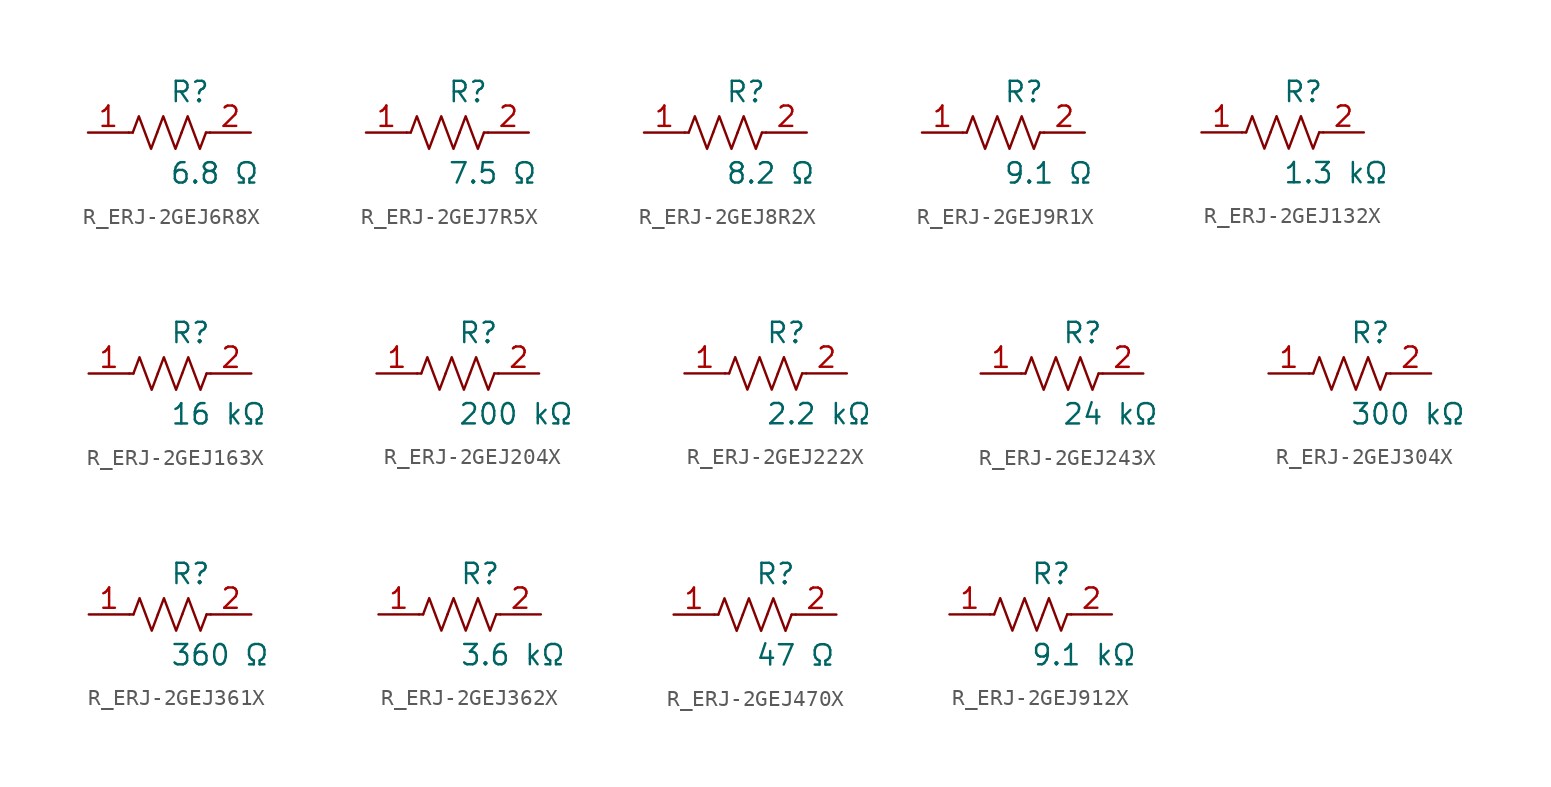
<source format=kicad_sym>
(kicad_symbol_lib
  (version 20231120)
  (generator kicad_symbol_editor)
  (generator_version 8.0)
  (symbol "R_ERJ-2GEJ6R8X"
    (pin_names
      (offset 0.254))
    (property "Reference" "R"
      (at 0.0 2.54 0)
      (effects (font (size 1.27 1.27)) (justify left)))
    (property "Value" "6.8 Ω"
      (at 0.0 -2.54 0)
      (effects (font (size 1.27 1.27)) (justify left)))
    (symbol "R_ERJ-2GEJ6R8X_0_1"
      (polyline (pts (xy 2.286 0) (xy 2.54 0)) (stroke (width 0) (type default)) (fill (type none)))
      (polyline (pts (xy -2.286 0) (xy -2.54 0)) (stroke (width 0) (type default)) (fill (type none)))
      (polyline (pts (xy 0.762 0) (xy 1.143 1.016) (xy 1.524 0) (xy 1.905 -1.016) (xy 2.286 0)) (stroke (width 0) (type default)) (fill (type none)))
      (polyline (pts (xy -0.762 0) (xy -0.381 1.016) (xy 0 0) (xy 0.381 -1.016) (xy 0.762 0)) (stroke (width 0) (type default)) (fill (type none)))
      (polyline (pts (xy -2.286 0) (xy -1.905 1.016) (xy -1.524 0) (xy -1.143 -1.016) (xy -0.762 0)) (stroke (width 0) (type default)) (fill (type none))))
    (pin unspecified line
      (at -5.08 0 0)
      (length 2.54)
      (name "" (effects (font (size 1.27 1.27))))
      (number "1" (effects (font (size 1.27 1.27)))))
    (pin unspecified line
      (at 5.08 0 180)
      (length 2.54)
      (name "" (effects (font (size 1.27 1.27))))
      (number "2" (effects (font (size 1.27 1.27))))))
  (symbol "R_ERJ-2GEJ7R5X"
    (pin_names
      (offset 0.254))
    (property "Reference" "R"
      (at 0.0 2.54 0)
      (effects (font (size 1.27 1.27)) (justify left)))
    (property "Value" "7.5 Ω"
      (at 0.0 -2.54 0)
      (effects (font (size 1.27 1.27)) (justify left)))
    (symbol "R_ERJ-2GEJ7R5X_0_1"
      (polyline (pts (xy 2.286 0) (xy 2.54 0)) (stroke (width 0) (type default)) (fill (type none)))
      (polyline (pts (xy -2.286 0) (xy -2.54 0)) (stroke (width 0) (type default)) (fill (type none)))
      (polyline (pts (xy 0.762 0) (xy 1.143 1.016) (xy 1.524 0) (xy 1.905 -1.016) (xy 2.286 0)) (stroke (width 0) (type default)) (fill (type none)))
      (polyline (pts (xy -0.762 0) (xy -0.381 1.016) (xy 0 0) (xy 0.381 -1.016) (xy 0.762 0)) (stroke (width 0) (type default)) (fill (type none)))
      (polyline (pts (xy -2.286 0) (xy -1.905 1.016) (xy -1.524 0) (xy -1.143 -1.016) (xy -0.762 0)) (stroke (width 0) (type default)) (fill (type none))))
    (pin unspecified line
      (at -5.08 0 0)
      (length 2.54)
      (name "" (effects (font (size 1.27 1.27))))
      (number "1" (effects (font (size 1.27 1.27)))))
    (pin unspecified line
      (at 5.08 0 180)
      (length 2.54)
      (name "" (effects (font (size 1.27 1.27))))
      (number "2" (effects (font (size 1.27 1.27))))))
  (symbol "R_ERJ-2GEJ8R2X"
    (pin_names
      (offset 0.254))
    (property "Reference" "R"
      (at 0.0 2.54 0)
      (effects (font (size 1.27 1.27)) (justify left)))
    (property "Value" "8.2 Ω"
      (at 0.0 -2.54 0)
      (effects (font (size 1.27 1.27)) (justify left)))
    (symbol "R_ERJ-2GEJ8R2X_0_1"
      (polyline (pts (xy 2.286 0) (xy 2.54 0)) (stroke (width 0) (type default)) (fill (type none)))
      (polyline (pts (xy -2.286 0) (xy -2.54 0)) (stroke (width 0) (type default)) (fill (type none)))
      (polyline (pts (xy 0.762 0) (xy 1.143 1.016) (xy 1.524 0) (xy 1.905 -1.016) (xy 2.286 0)) (stroke (width 0) (type default)) (fill (type none)))
      (polyline (pts (xy -0.762 0) (xy -0.381 1.016) (xy 0 0) (xy 0.381 -1.016) (xy 0.762 0)) (stroke (width 0) (type default)) (fill (type none)))
      (polyline (pts (xy -2.286 0) (xy -1.905 1.016) (xy -1.524 0) (xy -1.143 -1.016) (xy -0.762 0)) (stroke (width 0) (type default)) (fill (type none))))
    (pin unspecified line
      (at -5.08 0 0)
      (length 2.54)
      (name "" (effects (font (size 1.27 1.27))))
      (number "1" (effects (font (size 1.27 1.27)))))
    (pin unspecified line
      (at 5.08 0 180)
      (length 2.54)
      (name "" (effects (font (size 1.27 1.27))))
      (number "2" (effects (font (size 1.27 1.27))))))
  (symbol "R_ERJ-2GEJ9R1X"
    (pin_names
      (offset 0.254))
    (property "Reference" "R"
      (at 0.0 2.54 0)
      (effects (font (size 1.27 1.27)) (justify left)))
    (property "Value" "9.1 Ω"
      (at 0.0 -2.54 0)
      (effects (font (size 1.27 1.27)) (justify left)))
    (symbol "R_ERJ-2GEJ9R1X_0_1"
      (polyline (pts (xy 2.286 0) (xy 2.54 0)) (stroke (width 0) (type default)) (fill (type none)))
      (polyline (pts (xy -2.286 0) (xy -2.54 0)) (stroke (width 0) (type default)) (fill (type none)))
      (polyline (pts (xy 0.762 0) (xy 1.143 1.016) (xy 1.524 0) (xy 1.905 -1.016) (xy 2.286 0)) (stroke (width 0) (type default)) (fill (type none)))
      (polyline (pts (xy -0.762 0) (xy -0.381 1.016) (xy 0 0) (xy 0.381 -1.016) (xy 0.762 0)) (stroke (width 0) (type default)) (fill (type none)))
      (polyline (pts (xy -2.286 0) (xy -1.905 1.016) (xy -1.524 0) (xy -1.143 -1.016) (xy -0.762 0)) (stroke (width 0) (type default)) (fill (type none))))
    (pin unspecified line
      (at -5.08 0 0)
      (length 2.54)
      (name "" (effects (font (size 1.27 1.27))))
      (number "1" (effects (font (size 1.27 1.27)))))
    (pin unspecified line
      (at 5.08 0 180)
      (length 2.54)
      (name "" (effects (font (size 1.27 1.27))))
      (number "2" (effects (font (size 1.27 1.27))))))
  (symbol "R_ERJ-2GEJ132X"
    (pin_names
      (offset 0.254))
    (property "Reference" "R"
      (at 0.0 2.54 0)
      (effects (font (size 1.27 1.27)) (justify left)))
    (property "Value" "1.3 kΩ"
      (at 0.0 -2.54 0)
      (effects (font (size 1.27 1.27)) (justify left)))
    (symbol "R_ERJ-2GEJ132X_0_1"
      (polyline (pts (xy 2.286 0) (xy 2.54 0)) (stroke (width 0) (type default)) (fill (type none)))
      (polyline (pts (xy -2.286 0) (xy -2.54 0)) (stroke (width 0) (type default)) (fill (type none)))
      (polyline (pts (xy 0.762 0) (xy 1.143 1.016) (xy 1.524 0) (xy 1.905 -1.016) (xy 2.286 0)) (stroke (width 0) (type default)) (fill (type none)))
      (polyline (pts (xy -0.762 0) (xy -0.381 1.016) (xy 0 0) (xy 0.381 -1.016) (xy 0.762 0)) (stroke (width 0) (type default)) (fill (type none)))
      (polyline (pts (xy -2.286 0) (xy -1.905 1.016) (xy -1.524 0) (xy -1.143 -1.016) (xy -0.762 0)) (stroke (width 0) (type default)) (fill (type none))))
    (pin unspecified line
      (at -5.08 0 0)
      (length 2.54)
      (name "" (effects (font (size 1.27 1.27))))
      (number "1" (effects (font (size 1.27 1.27)))))
    (pin unspecified line
      (at 5.08 0 180)
      (length 2.54)
      (name "" (effects (font (size 1.27 1.27))))
      (number "2" (effects (font (size 1.27 1.27))))))
  (symbol "R_ERJ-2GEJ163X"
    (pin_names
      (offset 0.254))
    (property "Reference" "R"
      (at 0.0 2.54 0)
      (effects (font (size 1.27 1.27)) (justify left)))
    (property "Value" "16 kΩ"
      (at 0.0 -2.54 0)
      (effects (font (size 1.27 1.27)) (justify left)))
    (symbol "R_ERJ-2GEJ163X_0_1"
      (polyline (pts (xy 2.286 0) (xy 2.54 0)) (stroke (width 0) (type default)) (fill (type none)))
      (polyline (pts (xy -2.286 0) (xy -2.54 0)) (stroke (width 0) (type default)) (fill (type none)))
      (polyline (pts (xy 0.762 0) (xy 1.143 1.016) (xy 1.524 0) (xy 1.905 -1.016) (xy 2.286 0)) (stroke (width 0) (type default)) (fill (type none)))
      (polyline (pts (xy -0.762 0) (xy -0.381 1.016) (xy 0 0) (xy 0.381 -1.016) (xy 0.762 0)) (stroke (width 0) (type default)) (fill (type none)))
      (polyline (pts (xy -2.286 0) (xy -1.905 1.016) (xy -1.524 0) (xy -1.143 -1.016) (xy -0.762 0)) (stroke (width 0) (type default)) (fill (type none))))
    (pin unspecified line
      (at -5.08 0 0)
      (length 2.54)
      (name "" (effects (font (size 1.27 1.27))))
      (number "1" (effects (font (size 1.27 1.27)))))
    (pin unspecified line
      (at 5.08 0 180)
      (length 2.54)
      (name "" (effects (font (size 1.27 1.27))))
      (number "2" (effects (font (size 1.27 1.27))))))
  (symbol "R_ERJ-2GEJ204X"
    (pin_names
      (offset 0.254))
    (property "Reference" "R"
      (at 0.0 2.54 0)
      (effects (font (size 1.27 1.27)) (justify left)))
    (property "Value" "200 kΩ"
      (at 0.0 -2.54 0)
      (effects (font (size 1.27 1.27)) (justify left)))
    (symbol "R_ERJ-2GEJ204X_0_1"
      (polyline (pts (xy 2.286 0) (xy 2.54 0)) (stroke (width 0) (type default)) (fill (type none)))
      (polyline (pts (xy -2.286 0) (xy -2.54 0)) (stroke (width 0) (type default)) (fill (type none)))
      (polyline (pts (xy 0.762 0) (xy 1.143 1.016) (xy 1.524 0) (xy 1.905 -1.016) (xy 2.286 0)) (stroke (width 0) (type default)) (fill (type none)))
      (polyline (pts (xy -0.762 0) (xy -0.381 1.016) (xy 0 0) (xy 0.381 -1.016) (xy 0.762 0)) (stroke (width 0) (type default)) (fill (type none)))
      (polyline (pts (xy -2.286 0) (xy -1.905 1.016) (xy -1.524 0) (xy -1.143 -1.016) (xy -0.762 0)) (stroke (width 0) (type default)) (fill (type none))))
    (pin unspecified line
      (at -5.08 0 0)
      (length 2.54)
      (name "" (effects (font (size 1.27 1.27))))
      (number "1" (effects (font (size 1.27 1.27)))))
    (pin unspecified line
      (at 5.08 0 180)
      (length 2.54)
      (name "" (effects (font (size 1.27 1.27))))
      (number "2" (effects (font (size 1.27 1.27))))))
  (symbol "R_ERJ-2GEJ222X"
    (pin_names
      (offset 0.254))
    (property "Reference" "R"
      (at 0.0 2.54 0)
      (effects (font (size 1.27 1.27)) (justify left)))
    (property "Value" "2.2 kΩ"
      (at 0.0 -2.54 0)
      (effects (font (size 1.27 1.27)) (justify left)))
    (symbol "R_ERJ-2GEJ222X_0_1"
      (polyline (pts (xy 2.286 0) (xy 2.54 0)) (stroke (width 0) (type default)) (fill (type none)))
      (polyline (pts (xy -2.286 0) (xy -2.54 0)) (stroke (width 0) (type default)) (fill (type none)))
      (polyline (pts (xy 0.762 0) (xy 1.143 1.016) (xy 1.524 0) (xy 1.905 -1.016) (xy 2.286 0)) (stroke (width 0) (type default)) (fill (type none)))
      (polyline (pts (xy -0.762 0) (xy -0.381 1.016) (xy 0 0) (xy 0.381 -1.016) (xy 0.762 0)) (stroke (width 0) (type default)) (fill (type none)))
      (polyline (pts (xy -2.286 0) (xy -1.905 1.016) (xy -1.524 0) (xy -1.143 -1.016) (xy -0.762 0)) (stroke (width 0) (type default)) (fill (type none))))
    (pin unspecified line
      (at -5.08 0 0)
      (length 2.54)
      (name "" (effects (font (size 1.27 1.27))))
      (number "1" (effects (font (size 1.27 1.27)))))
    (pin unspecified line
      (at 5.08 0 180)
      (length 2.54)
      (name "" (effects (font (size 1.27 1.27))))
      (number "2" (effects (font (size 1.27 1.27))))))
  (symbol "R_ERJ-2GEJ243X"
    (pin_names
      (offset 0.254))
    (property "Reference" "R"
      (at 0.0 2.54 0)
      (effects (font (size 1.27 1.27)) (justify left)))
    (property "Value" "24 kΩ"
      (at 0.0 -2.54 0)
      (effects (font (size 1.27 1.27)) (justify left)))
    (symbol "R_ERJ-2GEJ243X_0_1"
      (polyline (pts (xy 2.286 0) (xy 2.54 0)) (stroke (width 0) (type default)) (fill (type none)))
      (polyline (pts (xy -2.286 0) (xy -2.54 0)) (stroke (width 0) (type default)) (fill (type none)))
      (polyline (pts (xy 0.762 0) (xy 1.143 1.016) (xy 1.524 0) (xy 1.905 -1.016) (xy 2.286 0)) (stroke (width 0) (type default)) (fill (type none)))
      (polyline (pts (xy -0.762 0) (xy -0.381 1.016) (xy 0 0) (xy 0.381 -1.016) (xy 0.762 0)) (stroke (width 0) (type default)) (fill (type none)))
      (polyline (pts (xy -2.286 0) (xy -1.905 1.016) (xy -1.524 0) (xy -1.143 -1.016) (xy -0.762 0)) (stroke (width 0) (type default)) (fill (type none))))
    (pin unspecified line
      (at -5.08 0 0)
      (length 2.54)
      (name "" (effects (font (size 1.27 1.27))))
      (number "1" (effects (font (size 1.27 1.27)))))
    (pin unspecified line
      (at 5.08 0 180)
      (length 2.54)
      (name "" (effects (font (size 1.27 1.27))))
      (number "2" (effects (font (size 1.27 1.27))))))
  (symbol "R_ERJ-2GEJ304X"
    (pin_names
      (offset 0.254))
    (property "Reference" "R"
      (at 0.0 2.54 0)
      (effects (font (size 1.27 1.27)) (justify left)))
    (property "Value" "300 kΩ"
      (at 0.0 -2.54 0)
      (effects (font (size 1.27 1.27)) (justify left)))
    (symbol "R_ERJ-2GEJ304X_0_1"
      (polyline (pts (xy 2.286 0) (xy 2.54 0)) (stroke (width 0) (type default)) (fill (type none)))
      (polyline (pts (xy -2.286 0) (xy -2.54 0)) (stroke (width 0) (type default)) (fill (type none)))
      (polyline (pts (xy 0.762 0) (xy 1.143 1.016) (xy 1.524 0) (xy 1.905 -1.016) (xy 2.286 0)) (stroke (width 0) (type default)) (fill (type none)))
      (polyline (pts (xy -0.762 0) (xy -0.381 1.016) (xy 0 0) (xy 0.381 -1.016) (xy 0.762 0)) (stroke (width 0) (type default)) (fill (type none)))
      (polyline (pts (xy -2.286 0) (xy -1.905 1.016) (xy -1.524 0) (xy -1.143 -1.016) (xy -0.762 0)) (stroke (width 0) (type default)) (fill (type none))))
    (pin unspecified line
      (at -5.08 0 0)
      (length 2.54)
      (name "" (effects (font (size 1.27 1.27))))
      (number "1" (effects (font (size 1.27 1.27)))))
    (pin unspecified line
      (at 5.08 0 180)
      (length 2.54)
      (name "" (effects (font (size 1.27 1.27))))
      (number "2" (effects (font (size 1.27 1.27))))))
  (symbol "R_ERJ-2GEJ361X"
    (pin_names
      (offset 0.254))
    (property "Reference" "R"
      (at 0.0 2.54 0)
      (effects (font (size 1.27 1.27)) (justify left)))
    (property "Value" "360 Ω"
      (at 0.0 -2.54 0)
      (effects (font (size 1.27 1.27)) (justify left)))
    (symbol "R_ERJ-2GEJ361X_0_1"
      (polyline (pts (xy 2.286 0) (xy 2.54 0)) (stroke (width 0) (type default)) (fill (type none)))
      (polyline (pts (xy -2.286 0) (xy -2.54 0)) (stroke (width 0) (type default)) (fill (type none)))
      (polyline (pts (xy 0.762 0) (xy 1.143 1.016) (xy 1.524 0) (xy 1.905 -1.016) (xy 2.286 0)) (stroke (width 0) (type default)) (fill (type none)))
      (polyline (pts (xy -0.762 0) (xy -0.381 1.016) (xy 0 0) (xy 0.381 -1.016) (xy 0.762 0)) (stroke (width 0) (type default)) (fill (type none)))
      (polyline (pts (xy -2.286 0) (xy -1.905 1.016) (xy -1.524 0) (xy -1.143 -1.016) (xy -0.762 0)) (stroke (width 0) (type default)) (fill (type none))))
    (pin unspecified line
      (at -5.08 0 0)
      (length 2.54)
      (name "" (effects (font (size 1.27 1.27))))
      (number "1" (effects (font (size 1.27 1.27)))))
    (pin unspecified line
      (at 5.08 0 180)
      (length 2.54)
      (name "" (effects (font (size 1.27 1.27))))
      (number "2" (effects (font (size 1.27 1.27))))))
  (symbol "R_ERJ-2GEJ362X"
    (pin_names
      (offset 0.254))
    (property "Reference" "R"
      (at 0.0 2.54 0)
      (effects (font (size 1.27 1.27)) (justify left)))
    (property "Value" "3.6 kΩ"
      (at 0.0 -2.54 0)
      (effects (font (size 1.27 1.27)) (justify left)))
    (symbol "R_ERJ-2GEJ362X_0_1"
      (polyline (pts (xy 2.286 0) (xy 2.54 0)) (stroke (width 0) (type default)) (fill (type none)))
      (polyline (pts (xy -2.286 0) (xy -2.54 0)) (stroke (width 0) (type default)) (fill (type none)))
      (polyline (pts (xy 0.762 0) (xy 1.143 1.016) (xy 1.524 0) (xy 1.905 -1.016) (xy 2.286 0)) (stroke (width 0) (type default)) (fill (type none)))
      (polyline (pts (xy -0.762 0) (xy -0.381 1.016) (xy 0 0) (xy 0.381 -1.016) (xy 0.762 0)) (stroke (width 0) (type default)) (fill (type none)))
      (polyline (pts (xy -2.286 0) (xy -1.905 1.016) (xy -1.524 0) (xy -1.143 -1.016) (xy -0.762 0)) (stroke (width 0) (type default)) (fill (type none))))
    (pin unspecified line
      (at -5.08 0 0)
      (length 2.54)
      (name "" (effects (font (size 1.27 1.27))))
      (number "1" (effects (font (size 1.27 1.27)))))
    (pin unspecified line
      (at 5.08 0 180)
      (length 2.54)
      (name "" (effects (font (size 1.27 1.27))))
      (number "2" (effects (font (size 1.27 1.27))))))
  (symbol "R_ERJ-2GEJ470X"
    (pin_names
      (offset 0.254))
    (property "Reference" "R"
      (at 0.0 2.54 0)
      (effects (font (size 1.27 1.27)) (justify left)))
    (property "Value" "47 Ω"
      (at 0.0 -2.54 0)
      (effects (font (size 1.27 1.27)) (justify left)))
    (symbol "R_ERJ-2GEJ470X_0_1"
      (polyline (pts (xy 2.286 0) (xy 2.54 0)) (stroke (width 0) (type default)) (fill (type none)))
      (polyline (pts (xy -2.286 0) (xy -2.54 0)) (stroke (width 0) (type default)) (fill (type none)))
      (polyline (pts (xy 0.762 0) (xy 1.143 1.016) (xy 1.524 0) (xy 1.905 -1.016) (xy 2.286 0)) (stroke (width 0) (type default)) (fill (type none)))
      (polyline (pts (xy -0.762 0) (xy -0.381 1.016) (xy 0 0) (xy 0.381 -1.016) (xy 0.762 0)) (stroke (width 0) (type default)) (fill (type none)))
      (polyline (pts (xy -2.286 0) (xy -1.905 1.016) (xy -1.524 0) (xy -1.143 -1.016) (xy -0.762 0)) (stroke (width 0) (type default)) (fill (type none))))
    (pin unspecified line
      (at -5.08 0 0)
      (length 2.54)
      (name "" (effects (font (size 1.27 1.27))))
      (number "1" (effects (font (size 1.27 1.27)))))
    (pin unspecified line
      (at 5.08 0 180)
      (length 2.54)
      (name "" (effects (font (size 1.27 1.27))))
      (number "2" (effects (font (size 1.27 1.27))))))
  (symbol "R_ERJ-2GEJ912X"
    (pin_names
      (offset 0.254))
    (property "Reference" "R"
      (at 0.0 2.54 0)
      (effects (font (size 1.27 1.27)) (justify left)))
    (property "Value" "9.1 kΩ"
      (at 0.0 -2.54 0)
      (effects (font (size 1.27 1.27)) (justify left)))
    (symbol "R_ERJ-2GEJ912X_0_1"
      (polyline (pts (xy 2.286 0) (xy 2.54 0)) (stroke (width 0) (type default)) (fill (type none)))
      (polyline (pts (xy -2.286 0) (xy -2.54 0)) (stroke (width 0) (type default)) (fill (type none)))
      (polyline (pts (xy 0.762 0) (xy 1.143 1.016) (xy 1.524 0) (xy 1.905 -1.016) (xy 2.286 0)) (stroke (width 0) (type default)) (fill (type none)))
      (polyline (pts (xy -0.762 0) (xy -0.381 1.016) (xy 0 0) (xy 0.381 -1.016) (xy 0.762 0)) (stroke (width 0) (type default)) (fill (type none)))
      (polyline (pts (xy -2.286 0) (xy -1.905 1.016) (xy -1.524 0) (xy -1.143 -1.016) (xy -0.762 0)) (stroke (width 0) (type default)) (fill (type none))))
    (pin unspecified line
      (at -5.08 0 0)
      (length 2.54)
      (name "" (effects (font (size 1.27 1.27))))
      (number "1" (effects (font (size 1.27 1.27)))))
    (pin unspecified line
      (at 5.08 0 180)
      (length 2.54)
      (name "" (effects (font (size 1.27 1.27))))
      (number "2" (effects (font (size 1.27 1.27)))))))
</source>
